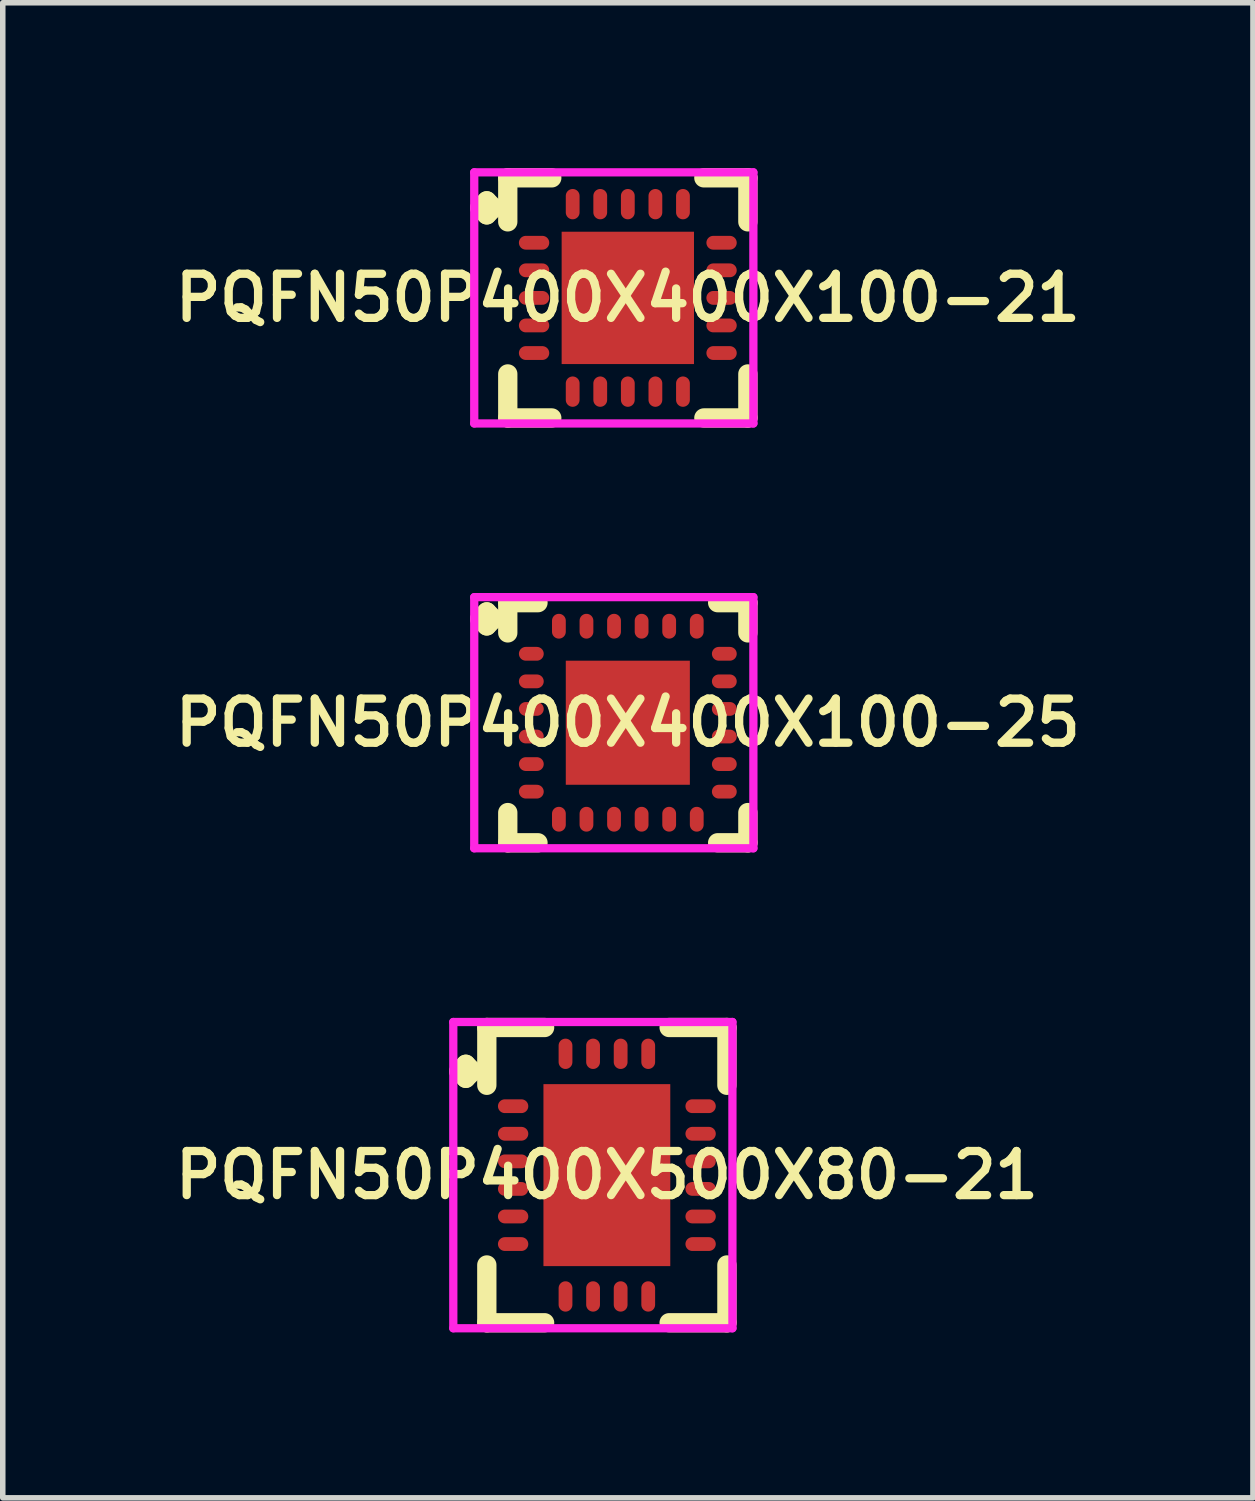
<source format=kicad_pcb>
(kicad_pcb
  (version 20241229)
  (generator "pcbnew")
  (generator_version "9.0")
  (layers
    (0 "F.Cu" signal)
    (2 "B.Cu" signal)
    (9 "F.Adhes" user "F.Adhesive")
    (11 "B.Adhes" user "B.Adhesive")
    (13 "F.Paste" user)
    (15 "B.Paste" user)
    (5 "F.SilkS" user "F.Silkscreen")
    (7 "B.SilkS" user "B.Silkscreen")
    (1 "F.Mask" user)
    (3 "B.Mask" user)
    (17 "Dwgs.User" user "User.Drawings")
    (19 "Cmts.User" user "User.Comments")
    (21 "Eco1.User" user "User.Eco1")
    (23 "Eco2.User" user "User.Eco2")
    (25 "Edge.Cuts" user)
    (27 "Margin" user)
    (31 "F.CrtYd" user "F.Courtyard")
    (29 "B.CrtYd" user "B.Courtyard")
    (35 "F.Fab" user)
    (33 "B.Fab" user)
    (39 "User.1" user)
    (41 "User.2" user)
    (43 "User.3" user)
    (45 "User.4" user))
  (footprint "PQFN50P400X500X80-21"
    (layer "F.Cu")
    (at 7.955 18.26)
    (property "Reference" "PQFN50P400X500X80-21" (at 0 0 0) (layer "F.SilkS") (effects (font (size 0.8 0.8) (thickness 0.15))))
    (attr smd)
    (fp_line (start -2.685 -1.883) (end -2.558 -2.01) (stroke (width 0.35) (type solid)) (layer "F.SilkS"))
    (fp_line (start -2.558 -2.01) (end -2.431 -1.883) (stroke (width 0.35) (type solid)) (layer "F.SilkS"))
    (fp_line (start -2.558 -1.756) (end -2.685 -1.883) (stroke (width 0.35) (type solid)) (layer "F.SilkS"))
    (fp_line (start -2.431 -1.883) (end -2.558 -1.756) (stroke (width 0.35) (type solid)) (layer "F.SilkS"))
    (fp_line (start -2.177 -2.677) (end -1.129 -2.677) (stroke (width 0.35) (type solid)) (layer "F.SilkS"))
    (fp_line (start -2.177 -1.629) (end -2.177 -2.677) (stroke (width 0.35) (type solid)) (layer "F.SilkS"))
    (fp_line (start -2.177 1.629) (end -2.177 2.677) (stroke (width 0.35) (type solid)) (layer "F.SilkS"))
    (fp_line (start -2.177 2.677) (end -1.129 2.677) (stroke (width 0.35) (type solid)) (layer "F.SilkS"))
    (fp_line (start 1.129 -2.677) (end 2.177 -2.677) (stroke (width 0.35) (type solid)) (layer "F.SilkS"))
    (fp_line (start 1.129 2.677) (end 2.177 2.677) (stroke (width 0.35) (type solid)) (layer "F.SilkS"))
    (fp_line (start 2.177 -2.677) (end 2.177 -1.629) (stroke (width 0.35) (type solid)) (layer "F.SilkS"))
    (fp_line (start 2.177 2.677) (end 2.177 1.629) (stroke (width 0.35) (type solid)) (layer "F.SilkS"))
    (fp_line (start -2.785 -2.777) (end 2.277 -2.777) (stroke (width 0.15) (type solid)) (layer "F.CrtYd"))
    (fp_line (start -2.785 2.777) (end -2.785 -2.777) (stroke (width 0.15) (type solid)) (layer "F.CrtYd"))
    (fp_line (start 2.277 -2.777) (end 2.277 2.777) (stroke (width 0.15) (type solid)) (layer "F.CrtYd"))
    (fp_line (start 2.277 2.777) (end -2.785 2.777) (stroke (width 0.15) (type solid)) (layer "F.CrtYd"))
    (pad "1" smd oval (at -1.7 -1.25) (size 0.55 0.25) (layers "F.Cu" "F.Mask" "F.Paste"))
    (pad "2" smd oval (at -1.7 -0.75) (size 0.55 0.25) (layers "F.Cu" "F.Mask" "F.Paste"))
    (pad "3" smd oval (at -1.7 -0.25) (size 0.55 0.25) (layers "F.Cu" "F.Mask" "F.Paste"))
    (pad "4" smd oval (at -1.7 0.25) (size 0.55 0.25) (layers "F.Cu" "F.Mask" "F.Paste"))
    (pad "5" smd oval (at -1.7 0.75) (size 0.55 0.25) (layers "F.Cu" "F.Mask" "F.Paste"))
    (pad "6" smd oval (at -1.7 1.25) (size 0.55 0.25) (layers "F.Cu" "F.Mask" "F.Paste"))
    (pad "7" smd oval (at -0.75 2.2) (size 0.25 0.55) (layers "F.Cu" "F.Mask" "F.Paste"))
    (pad "8" smd oval (at -0.25 2.2) (size 0.25 0.55) (layers "F.Cu" "F.Mask" "F.Paste"))
    (pad "9" smd oval (at 0.25 2.2) (size 0.25 0.55) (layers "F.Cu" "F.Mask" "F.Paste"))
    (pad "10" smd oval (at 0.75 2.2) (size 0.25 0.55) (layers "F.Cu" "F.Mask" "F.Paste"))
    (pad "11" smd oval (at 1.7 1.25) (size 0.55 0.25) (layers "F.Cu" "F.Mask" "F.Paste"))
    (pad "12" smd oval (at 1.7 0.75) (size 0.55 0.25) (layers "F.Cu" "F.Mask" "F.Paste"))
    (pad "13" smd oval (at 1.7 0.25) (size 0.55 0.25) (layers "F.Cu" "F.Mask" "F.Paste"))
    (pad "14" smd oval (at 1.7 -0.25) (size 0.55 0.25) (layers "F.Cu" "F.Mask" "F.Paste"))
    (pad "15" smd oval (at 1.7 -0.75) (size 0.55 0.25) (layers "F.Cu" "F.Mask" "F.Paste"))
    (pad "16" smd oval (at 1.7 -1.25) (size 0.55 0.25) (layers "F.Cu" "F.Mask" "F.Paste"))
    (pad "17" smd oval (at 0.75 -2.2) (size 0.25 0.55) (layers "F.Cu" "F.Mask" "F.Paste"))
    (pad "18" smd oval (at 0.25 -2.2) (size 0.25 0.55) (layers "F.Cu" "F.Mask" "F.Paste"))
    (pad "19" smd oval (at -0.25 -2.2) (size 0.25 0.55) (layers "F.Cu" "F.Mask" "F.Paste"))
    (pad "20" smd oval (at -0.75 -2.2) (size 0.25 0.55) (layers "F.Cu" "F.Mask" "F.Paste"))
    (pad "21" smd rect (at 0 0) (size 2.3 3.3) (layers "F.Cu" "F.Mask" "F.Paste")))
  (footprint "PQFN50P400X400X100-25"
    (layer "F.Cu")
    (at 8.335 10.056)
    (property "Reference" "PQFN50P400X400X100-25" (at 0 0 0) (layer "F.SilkS") (effects (font (size 0.8 0.8) (thickness 0.15))))
    (attr smd)
    (fp_line (start -2.685 -1.883) (end -2.558 -2.01) (stroke (width 0.35) (type solid)) (layer "F.SilkS"))
    (fp_line (start -2.558 -2.01) (end -2.431 -1.883) (stroke (width 0.35) (type solid)) (layer "F.SilkS"))
    (fp_line (start -2.558 -1.756) (end -2.685 -1.883) (stroke (width 0.35) (type solid)) (layer "F.SilkS"))
    (fp_line (start -2.431 -1.883) (end -2.558 -1.756) (stroke (width 0.35) (type solid)) (layer "F.SilkS"))
    (fp_line (start -2.177 -2.177) (end -1.629 -2.177) (stroke (width 0.35) (type solid)) (layer "F.SilkS"))
    (fp_line (start -2.177 -1.629) (end -2.177 -2.177) (stroke (width 0.35) (type solid)) (layer "F.SilkS"))
    (fp_line (start -2.177 1.629) (end -2.177 2.177) (stroke (width 0.35) (type solid)) (layer "F.SilkS"))
    (fp_line (start -2.177 2.177) (end -1.629 2.177) (stroke (width 0.35) (type solid)) (layer "F.SilkS"))
    (fp_line (start 1.629 -2.177) (end 2.177 -2.177) (stroke (width 0.35) (type solid)) (layer "F.SilkS"))
    (fp_line (start 1.629 2.177) (end 2.177 2.177) (stroke (width 0.35) (type solid)) (layer "F.SilkS"))
    (fp_line (start 2.177 -2.177) (end 2.177 -1.629) (stroke (width 0.35) (type solid)) (layer "F.SilkS"))
    (fp_line (start 2.177 2.177) (end 2.177 1.629) (stroke (width 0.35) (type solid)) (layer "F.SilkS"))
    (fp_line (start -2.785 -2.277) (end 2.277 -2.277) (stroke (width 0.15) (type solid)) (layer "F.CrtYd"))
    (fp_line (start -2.785 2.277) (end -2.785 -2.277) (stroke (width 0.15) (type solid)) (layer "F.CrtYd"))
    (fp_line (start 2.277 -2.277) (end 2.277 2.277) (stroke (width 0.15) (type solid)) (layer "F.CrtYd"))
    (fp_line (start 2.277 2.277) (end -2.785 2.277) (stroke (width 0.15) (type solid)) (layer "F.CrtYd"))
    (pad "1" smd oval (at -1.75 -1.25) (size 0.45 0.25) (layers "F.Cu" "F.Mask" "F.Paste"))
    (pad "2" smd oval (at -1.75 -0.75) (size 0.45 0.25) (layers "F.Cu" "F.Mask" "F.Paste"))
    (pad "3" smd oval (at -1.75 -0.25) (size 0.45 0.25) (layers "F.Cu" "F.Mask" "F.Paste"))
    (pad "4" smd oval (at -1.75 0.25) (size 0.45 0.25) (layers "F.Cu" "F.Mask" "F.Paste"))
    (pad "5" smd oval (at -1.75 0.75) (size 0.45 0.25) (layers "F.Cu" "F.Mask" "F.Paste"))
    (pad "6" smd oval (at -1.75 1.25) (size 0.45 0.25) (layers "F.Cu" "F.Mask" "F.Paste"))
    (pad "7" smd oval (at -1.25 1.75) (size 0.25 0.45) (layers "F.Cu" "F.Mask" "F.Paste"))
    (pad "8" smd oval (at -0.75 1.75) (size 0.25 0.45) (layers "F.Cu" "F.Mask" "F.Paste"))
    (pad "9" smd oval (at -0.25 1.75) (size 0.25 0.45) (layers "F.Cu" "F.Mask" "F.Paste"))
    (pad "10" smd oval (at 0.25 1.75) (size 0.25 0.45) (layers "F.Cu" "F.Mask" "F.Paste"))
    (pad "11" smd oval (at 0.75 1.75) (size 0.25 0.45) (layers "F.Cu" "F.Mask" "F.Paste"))
    (pad "12" smd oval (at 1.25 1.75) (size 0.25 0.45) (layers "F.Cu" "F.Mask" "F.Paste"))
    (pad "13" smd oval (at 1.75 1.25) (size 0.45 0.25) (layers "F.Cu" "F.Mask" "F.Paste"))
    (pad "14" smd oval (at 1.75 0.75) (size 0.45 0.25) (layers "F.Cu" "F.Mask" "F.Paste"))
    (pad "15" smd oval (at 1.75 0.25) (size 0.45 0.25) (layers "F.Cu" "F.Mask" "F.Paste"))
    (pad "16" smd oval (at 1.75 -0.25) (size 0.45 0.25) (layers "F.Cu" "F.Mask" "F.Paste"))
    (pad "17" smd oval (at 1.75 -0.75) (size 0.45 0.25) (layers "F.Cu" "F.Mask" "F.Paste"))
    (pad "18" smd oval (at 1.75 -1.25) (size 0.45 0.25) (layers "F.Cu" "F.Mask" "F.Paste"))
    (pad "19" smd oval (at 1.25 -1.75) (size 0.25 0.45) (layers "F.Cu" "F.Mask" "F.Paste"))
    (pad "20" smd oval (at 0.75 -1.75) (size 0.25 0.45) (layers "F.Cu" "F.Mask" "F.Paste"))
    (pad "21" smd oval (at 0.25 -1.75) (size 0.25 0.45) (layers "F.Cu" "F.Mask" "F.Paste"))
    (pad "22" smd oval (at -0.25 -1.75) (size 0.25 0.45) (layers "F.Cu" "F.Mask" "F.Paste"))
    (pad "23" smd oval (at -0.75 -1.75) (size 0.25 0.45) (layers "F.Cu" "F.Mask" "F.Paste"))
    (pad "24" smd oval (at -1.25 -1.75) (size 0.25 0.45) (layers "F.Cu" "F.Mask" "F.Paste"))
    (pad "25" smd rect (at 0 0) (size 2.25 2.25) (layers "F.Cu" "F.Mask" "F.Paste")))
  (footprint "PQFN50P400X400X100-21"
    (layer "F.Cu")
    (at 8.335 2.352)
    (property "Reference" "PQFN50P400X400X100-21" (at 0 0 0) (layer "F.SilkS") (effects (font (size 0.8 0.8) (thickness 0.15))))
    (attr smd)
    (fp_line (start -2.685 -1.633) (end -2.558 -1.76) (stroke (width 0.35) (type solid)) (layer "F.SilkS"))
    (fp_line (start -2.558 -1.76) (end -2.431 -1.633) (stroke (width 0.35) (type solid)) (layer "F.SilkS"))
    (fp_line (start -2.558 -1.506) (end -2.685 -1.633) (stroke (width 0.35) (type solid)) (layer "F.SilkS"))
    (fp_line (start -2.431 -1.633) (end -2.558 -1.506) (stroke (width 0.35) (type solid)) (layer "F.SilkS"))
    (fp_line (start -2.177 -2.177) (end -1.379 -2.177) (stroke (width 0.35) (type solid)) (layer "F.SilkS"))
    (fp_line (start -2.177 -1.379) (end -2.177 -2.177) (stroke (width 0.35) (type solid)) (layer "F.SilkS"))
    (fp_line (start -2.177 1.379) (end -2.177 2.177) (stroke (width 0.35) (type solid)) (layer "F.SilkS"))
    (fp_line (start -2.177 2.177) (end -1.379 2.177) (stroke (width 0.35) (type solid)) (layer "F.SilkS"))
    (fp_line (start 1.379 -2.177) (end 2.177 -2.177) (stroke (width 0.35) (type solid)) (layer "F.SilkS"))
    (fp_line (start 1.379 2.177) (end 2.177 2.177) (stroke (width 0.35) (type solid)) (layer "F.SilkS"))
    (fp_line (start 2.177 -2.177) (end 2.177 -1.379) (stroke (width 0.35) (type solid)) (layer "F.SilkS"))
    (fp_line (start 2.177 2.177) (end 2.177 1.379) (stroke (width 0.35) (type solid)) (layer "F.SilkS"))
    (fp_line (start -2.785 -2.277) (end 2.277 -2.277) (stroke (width 0.15) (type solid)) (layer "F.CrtYd"))
    (fp_line (start -2.785 2.277) (end -2.785 -2.277) (stroke (width 0.15) (type solid)) (layer "F.CrtYd"))
    (fp_line (start 2.277 -2.277) (end 2.277 2.277) (stroke (width 0.15) (type solid)) (layer "F.CrtYd"))
    (fp_line (start 2.277 2.277) (end -2.785 2.277) (stroke (width 0.15) (type solid)) (layer "F.CrtYd"))
    (pad "1" smd oval (at -1.7 -1) (size 0.55 0.25) (layers "F.Cu" "F.Mask" "F.Paste"))
    (pad "2" smd oval (at -1.7 -0.5) (size 0.55 0.25) (layers "F.Cu" "F.Mask" "F.Paste"))
    (pad "3" smd oval (at -1.7 0) (size 0.55 0.25) (layers "F.Cu" "F.Mask" "F.Paste"))
    (pad "4" smd oval (at -1.7 0.5) (size 0.55 0.25) (layers "F.Cu" "F.Mask" "F.Paste"))
    (pad "5" smd oval (at -1.7 1) (size 0.55 0.25) (layers "F.Cu" "F.Mask" "F.Paste"))
    (pad "6" smd oval (at -1 1.7) (size 0.25 0.55) (layers "F.Cu" "F.Mask" "F.Paste"))
    (pad "7" smd oval (at -0.5 1.7) (size 0.25 0.55) (layers "F.Cu" "F.Mask" "F.Paste"))
    (pad "8" smd oval (at 0 1.7) (size 0.25 0.55) (layers "F.Cu" "F.Mask" "F.Paste"))
    (pad "9" smd oval (at 0.5 1.7) (size 0.25 0.55) (layers "F.Cu" "F.Mask" "F.Paste"))
    (pad "10" smd oval (at 1 1.7) (size 0.25 0.55) (layers "F.Cu" "F.Mask" "F.Paste"))
    (pad "11" smd oval (at 1.7 1) (size 0.55 0.25) (layers "F.Cu" "F.Mask" "F.Paste"))
    (pad "12" smd oval (at 1.7 0.5) (size 0.55 0.25) (layers "F.Cu" "F.Mask" "F.Paste"))
    (pad "13" smd oval (at 1.7 0) (size 0.55 0.25) (layers "F.Cu" "F.Mask" "F.Paste"))
    (pad "14" smd oval (at 1.7 -0.5) (size 0.55 0.25) (layers "F.Cu" "F.Mask" "F.Paste"))
    (pad "15" smd oval (at 1.7 -1) (size 0.55 0.25) (layers "F.Cu" "F.Mask" "F.Paste"))
    (pad "16" smd oval (at 1 -1.7) (size 0.25 0.55) (layers "F.Cu" "F.Mask" "F.Paste"))
    (pad "17" smd oval (at 0.5 -1.7) (size 0.25 0.55) (layers "F.Cu" "F.Mask" "F.Paste"))
    (pad "18" smd oval (at 0 -1.7) (size 0.25 0.55) (layers "F.Cu" "F.Mask" "F.Paste"))
    (pad "19" smd oval (at -0.5 -1.7) (size 0.25 0.55) (layers "F.Cu" "F.Mask" "F.Paste"))
    (pad "20" smd oval (at -1 -1.7) (size 0.25 0.55) (layers "F.Cu" "F.Mask" "F.Paste"))
    (pad "21" smd rect (at 0 0) (size 2.4 2.4) (layers "F.Cu" "F.Mask" "F.Paste")))
  (gr_rect
    (start -3 -3)
    (end 19.671 24.112)
    (stroke (width 0.1) (type default))
    (fill no)
    (layer "Edge.Cuts")))
</source>
